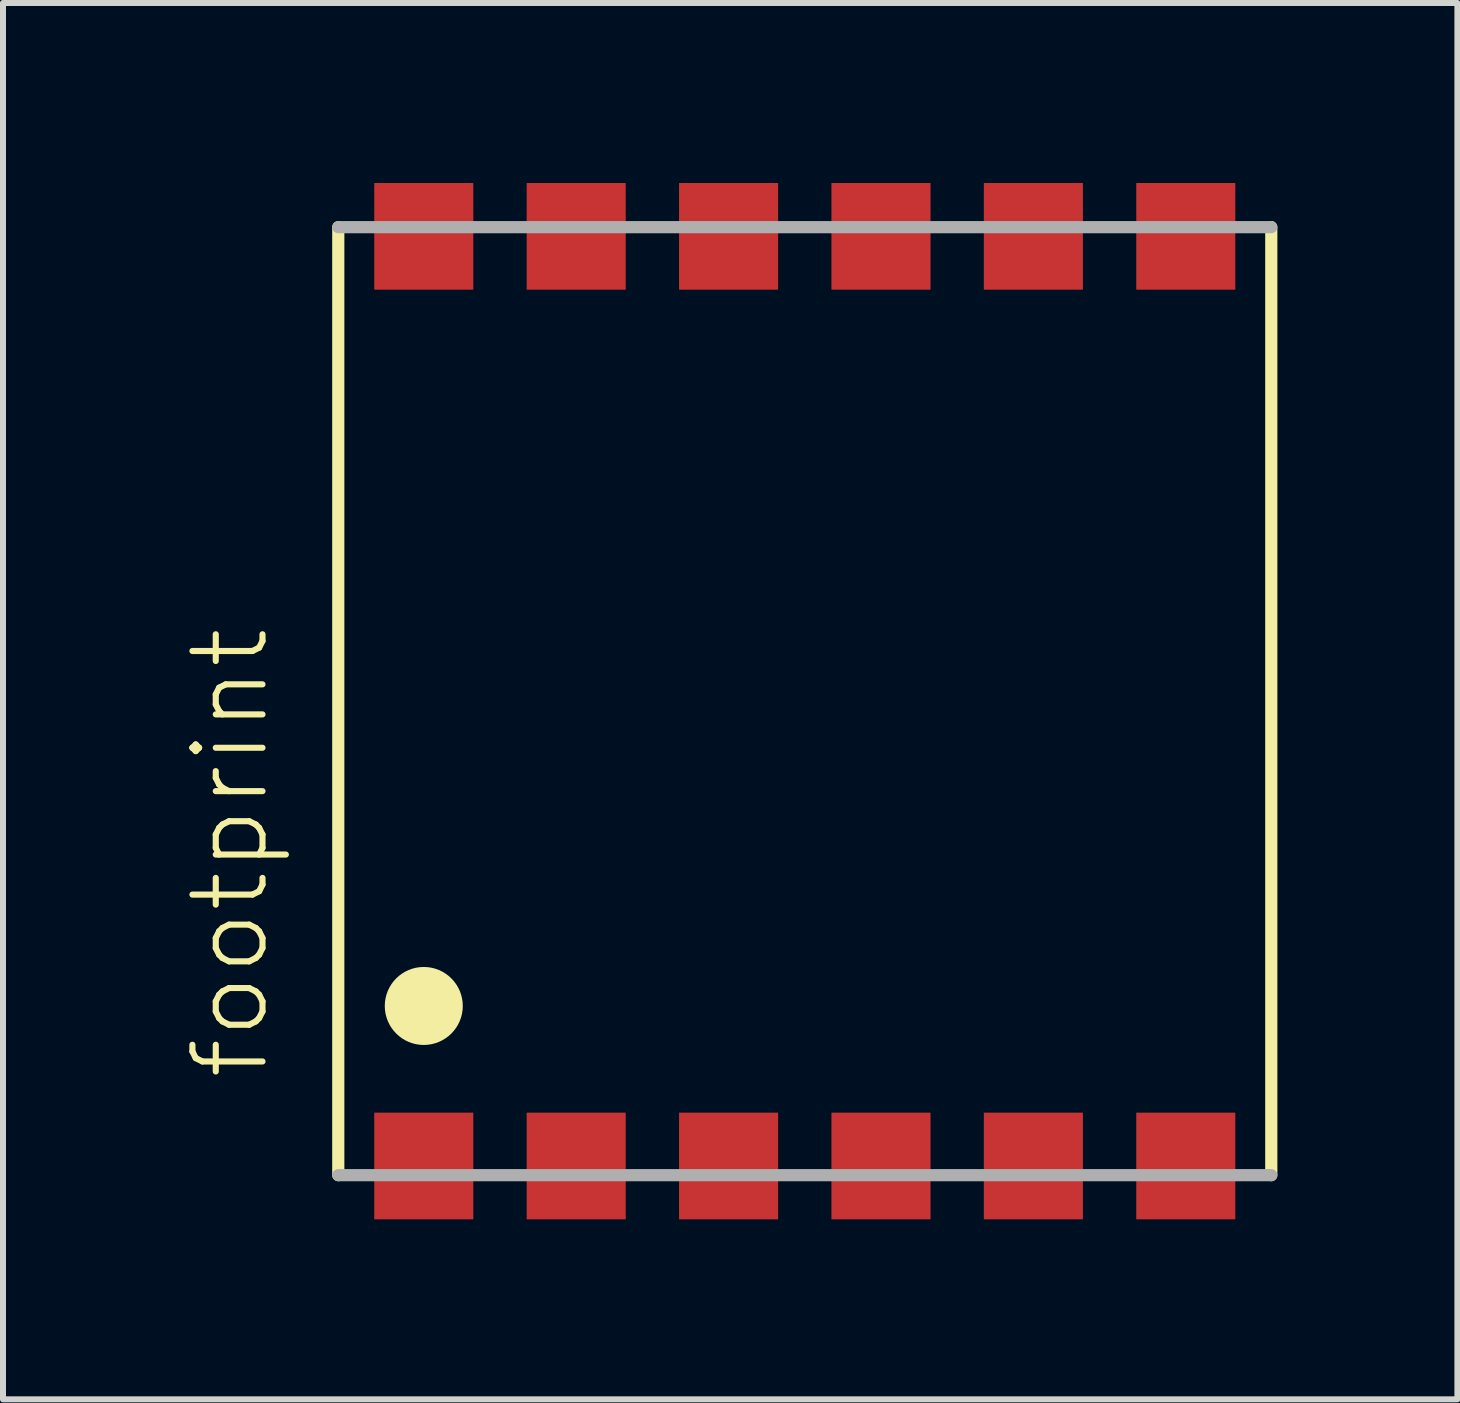
<source format=kicad_pcb>
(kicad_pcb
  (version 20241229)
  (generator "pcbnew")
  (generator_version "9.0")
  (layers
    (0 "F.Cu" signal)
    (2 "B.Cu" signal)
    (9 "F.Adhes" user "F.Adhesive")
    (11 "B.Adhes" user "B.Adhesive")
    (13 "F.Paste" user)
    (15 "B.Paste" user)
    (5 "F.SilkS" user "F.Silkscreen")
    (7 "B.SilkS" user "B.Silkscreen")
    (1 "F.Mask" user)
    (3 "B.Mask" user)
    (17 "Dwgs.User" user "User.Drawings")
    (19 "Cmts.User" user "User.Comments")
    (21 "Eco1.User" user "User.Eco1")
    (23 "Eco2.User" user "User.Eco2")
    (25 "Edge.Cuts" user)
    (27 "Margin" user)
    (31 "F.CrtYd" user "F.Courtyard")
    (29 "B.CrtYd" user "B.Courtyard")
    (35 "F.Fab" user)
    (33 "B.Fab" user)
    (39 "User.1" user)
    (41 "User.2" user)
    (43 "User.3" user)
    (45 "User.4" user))
  (footprint "footprint"
    (layer "F.Cu")
    (at 10.363 8.636)
    (property "Reference" "footprint" (at -8.89 6.35 90) (layer "F.SilkS") (effects (font (size 1.168 1.168) (thickness 0.102)) (justify left bottom)))
    (fp_line (start -7.775 7.9) (end -7.775 -7.9) (stroke (width 0.203) (type solid)) (layer "F.SilkS"))
    (fp_line (start 7.775 -7.9) (end 7.775 7.9) (stroke (width 0.203) (type solid)) (layer "F.SilkS"))
    (fp_circle (center -6.35 5.08) (end -6.025 5.08) (stroke (width 0.65) (type solid)) (fill yes) (layer "F.SilkS"))
    (fp_line (start -7.775 -7.9) (end 7.775 -7.9) (stroke (width 0.203) (type solid)) (layer "F.Fab"))
    (fp_line (start 7.775 7.9) (end -7.775 7.9) (stroke (width 0.203) (type solid)) (layer "F.Fab"))
    (pad "1" smd rect (at -6.35 7.747) (size 1.651 1.778) (layers "F.Cu" "F.Mask" "F.Paste"))
    (pad "2" smd rect (at -3.81 7.747) (size 1.651 1.778) (layers "F.Cu" "F.Mask" "F.Paste"))
    (pad "3" smd rect (at -1.27 7.747) (size 1.651 1.778) (layers "F.Cu" "F.Mask" "F.Paste"))
    (pad "4" smd rect (at 1.27 7.747) (size 1.651 1.778) (layers "F.Cu" "F.Mask" "F.Paste"))
    (pad "5" smd rect (at 3.81 7.747) (size 1.651 1.778) (layers "F.Cu" "F.Mask" "F.Paste"))
    (pad "6" smd rect (at 6.35 7.747) (size 1.651 1.778) (layers "F.Cu" "F.Mask" "F.Paste"))
    (pad "7" smd rect (at 6.35 -7.747 180) (size 1.651 1.778) (layers "F.Cu" "F.Mask" "F.Paste"))
    (pad "8" smd rect (at 3.81 -7.747 180) (size 1.651 1.778) (layers "F.Cu" "F.Mask" "F.Paste"))
    (pad "9" smd rect (at 1.27 -7.747 180) (size 1.651 1.778) (layers "F.Cu" "F.Mask" "F.Paste"))
    (pad "10" smd rect (at -1.27 -7.747 180) (size 1.651 1.778) (layers "F.Cu" "F.Mask" "F.Paste"))
    (pad "11" smd rect (at -3.81 -7.747 180) (size 1.651 1.778) (layers "F.Cu" "F.Mask" "F.Paste"))
    (pad "12" smd rect (at -6.35 -7.747 180) (size 1.651 1.778) (layers "F.Cu" "F.Mask" "F.Paste")))
  (gr_rect
    (start -3 -3)
    (end 21.24 20.272)
    (stroke (width 0.1) (type default))
    (fill no)
    (layer "Edge.Cuts")))
</source>
